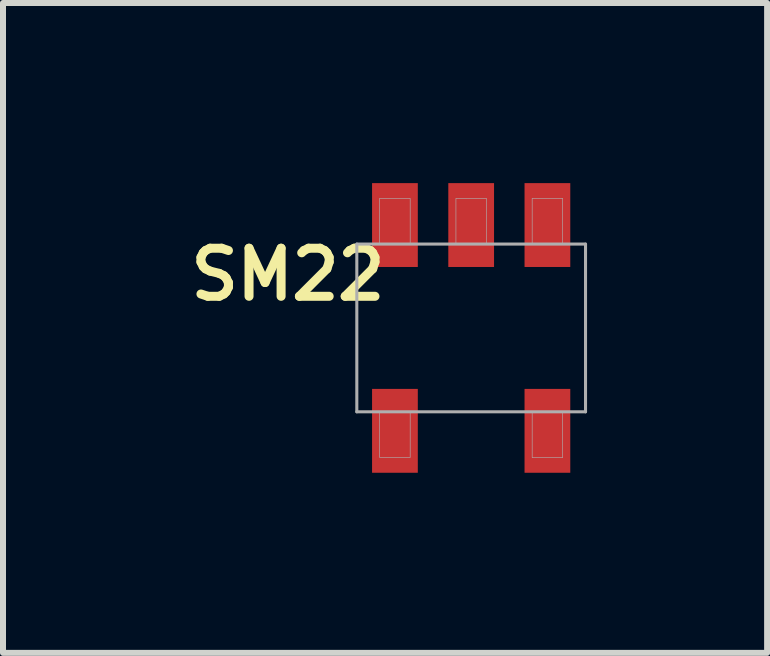
<source format=kicad_pcb>
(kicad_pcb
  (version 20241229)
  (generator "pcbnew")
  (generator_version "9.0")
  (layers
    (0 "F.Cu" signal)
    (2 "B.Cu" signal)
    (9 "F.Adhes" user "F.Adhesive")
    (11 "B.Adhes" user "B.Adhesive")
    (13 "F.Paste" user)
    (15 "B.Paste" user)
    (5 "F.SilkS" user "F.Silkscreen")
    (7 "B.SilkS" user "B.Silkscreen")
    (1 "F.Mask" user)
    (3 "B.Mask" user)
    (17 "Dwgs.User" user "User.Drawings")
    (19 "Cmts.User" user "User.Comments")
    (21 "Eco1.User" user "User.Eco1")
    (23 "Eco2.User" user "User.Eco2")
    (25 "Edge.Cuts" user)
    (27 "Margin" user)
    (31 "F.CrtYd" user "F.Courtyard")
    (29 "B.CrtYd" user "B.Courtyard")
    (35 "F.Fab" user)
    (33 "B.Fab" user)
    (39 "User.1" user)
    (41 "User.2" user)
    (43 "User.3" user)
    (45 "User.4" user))
  (footprint "SM22"
    (layer "F.Cu")
    (at 4.799 2.413)
    (property "Reference" "SM22" (at -3.052 -0.89 180) (layer "F.SilkS") (effects (font (size 0.801 0.801) (thickness 0.15))))
    (attr smd)
    (fp_line (start -1.905 -1.397) (end 1.905 -1.397) (stroke (width 0.051) (type solid)) (layer "F.Fab"))
    (fp_line (start -1.905 1.397) (end -1.905 -1.397) (stroke (width 0.051) (type solid)) (layer "F.Fab"))
    (fp_line (start 1.905 -1.397) (end 1.905 1.397) (stroke (width 0.051) (type solid)) (layer "F.Fab"))
    (fp_line (start 1.905 1.397) (end -1.905 1.397) (stroke (width 0.051) (type solid)) (layer "F.Fab"))
    (fp_poly (pts (xy -1.526 -2.159) (xy -1.016 -2.159) (xy -1.016 -1.399) (xy -1.526 -1.399)) (stroke (width 0.01) (type solid)) (fill no) (layer "F.Fab"))
    (fp_poly (pts (xy -1.524 1.397) (xy -1.016 1.397) (xy -1.016 2.159) (xy -1.524 2.159)) (stroke (width 0.01) (type solid)) (fill no) (layer "F.Fab"))
    (fp_poly (pts (xy -0.254 -2.159) (xy 0.254 -2.159) (xy 0.254 -1.399) (xy -0.254 -1.399)) (stroke (width 0.01) (type solid)) (fill no) (layer "F.Fab"))
    (fp_poly (pts (xy 1.016 -2.159) (xy 1.524 -2.159) (xy 1.524 -1.397) (xy 1.016 -1.397)) (stroke (width 0.01) (type solid)) (fill no) (layer "F.Fab"))
    (fp_poly (pts (xy 1.016 1.397) (xy 1.524 1.397) (xy 1.524 2.16) (xy 1.016 2.16)) (stroke (width 0.01) (type solid)) (fill no) (layer "F.Fab"))
    (pad "1" smd rect (at -1.27 -1.714 90) (size 1.397 0.762) (layers "F.Cu" "F.Mask" "F.Paste"))
    (pad "2" smd rect (at 0 -1.714 90) (size 1.397 0.762) (layers "F.Cu" "F.Mask" "F.Paste"))
    (pad "3" smd rect (at 1.27 -1.714 90) (size 1.397 0.762) (layers "F.Cu" "F.Mask" "F.Paste"))
    (pad "4" smd rect (at 1.27 1.714 90) (size 1.397 0.762) (layers "F.Cu" "F.Mask" "F.Paste"))
    (pad "5" smd rect (at -1.27 1.714 90) (size 1.397 0.762) (layers "F.Cu" "F.Mask" "F.Paste")))
  (gr_rect
    (start -3 -3)
    (end 9.729 7.826)
    (stroke (width 0.1) (type default))
    (fill no)
    (layer "Edge.Cuts")))
</source>
